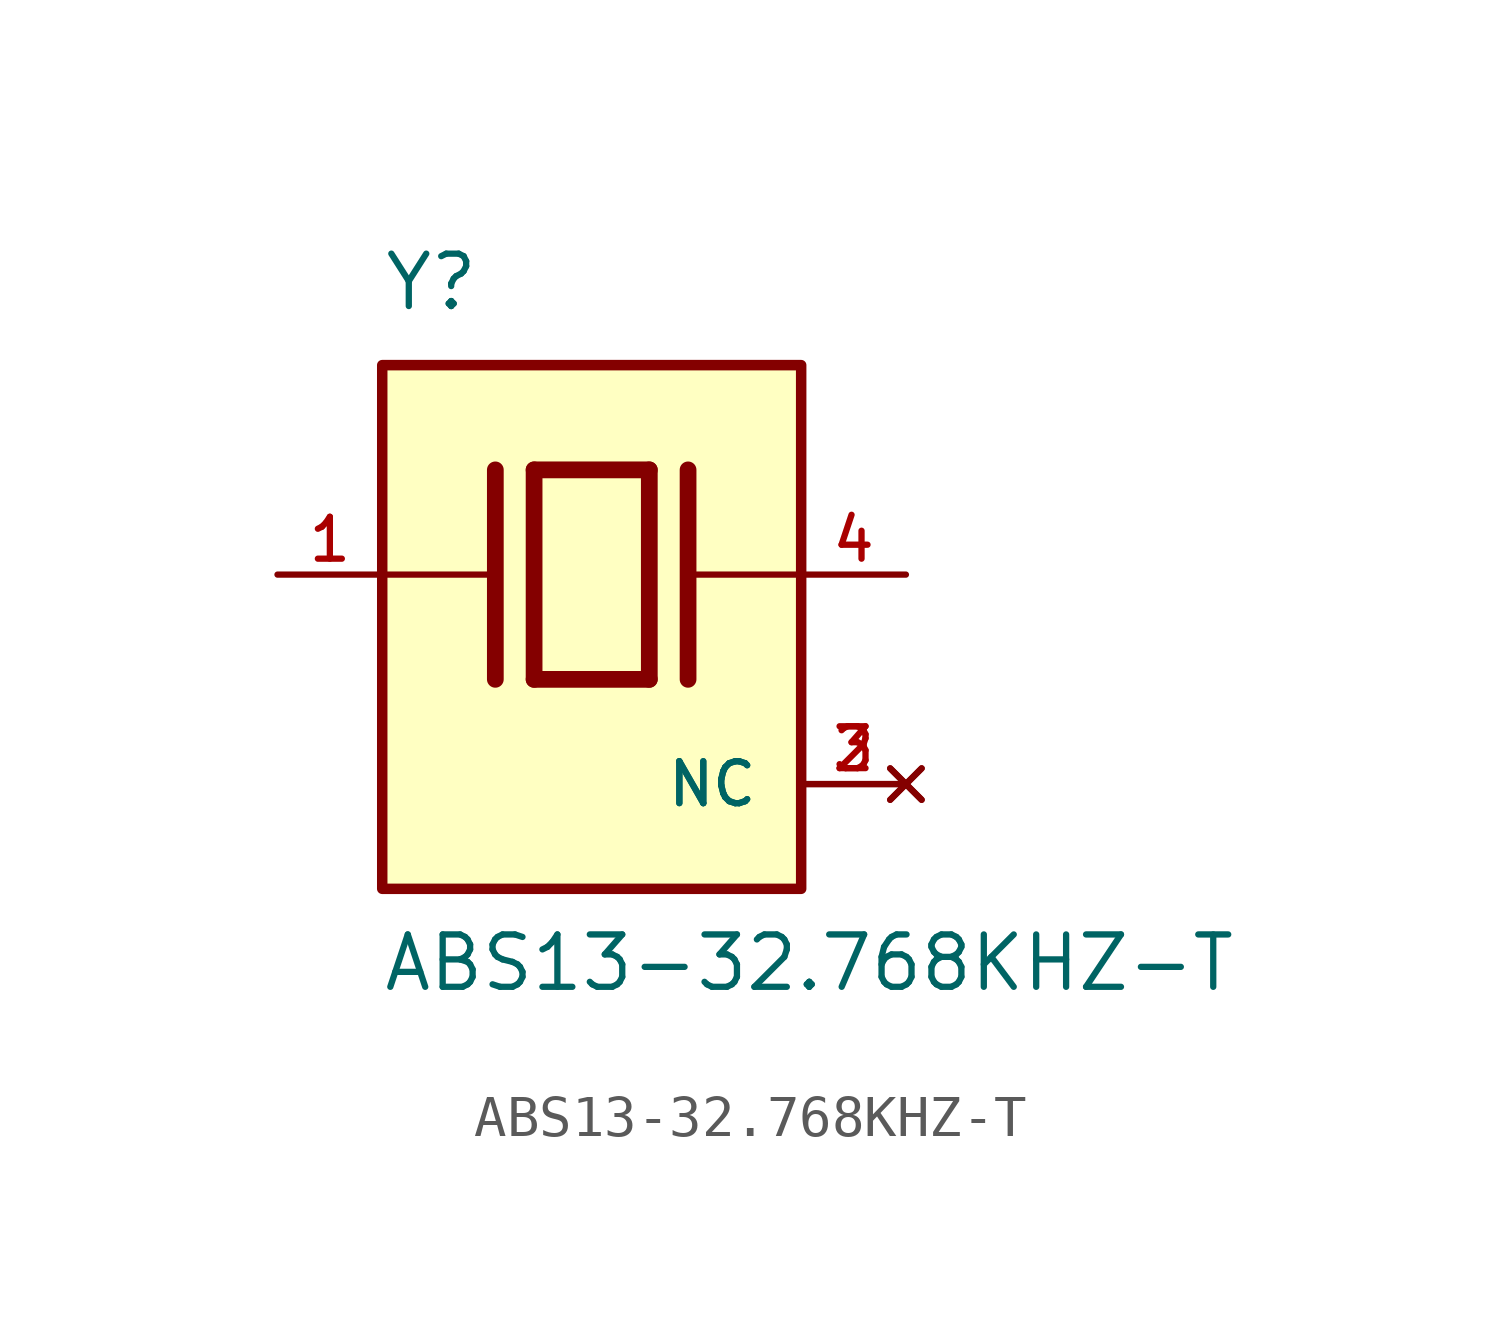
<source format=kicad_sym>
(kicad_symbol_lib
  (version 20220914)
  (generator kicad_symbol_editor)
  (symbol "ABS13-32.768KHZ-T"
    (pin_names
      (offset 1.016))
    (property "Reference" "Y"
      (at -5.08 6.35 0)
      (effects (font (size 1.27 1.27)) (justify left bottom)))
    (property "Value" "ABS13-32.768KHZ-T"
      (at -5.105 -10.16 0)
      (effects (font (size 1.27 1.27)) (justify left bottom)))
    (property "ki_locked" ""
      (at 0 0 0)
      (effects (font (size 1.27 1.27))))
    (symbol "ABS13-32.768KHZ-T_0_0"
      (rectangle (start -5.08 -7.62) (end 5.08 5.08) (stroke (width 0.254) (type solid)) (fill (type background)))
      (polyline (pts (xy -5.08 0) (xy -2.54 0)) (stroke (width 0.152) (type solid)) (fill (type none)))
      (polyline (pts (xy -2.337 2.54) (xy -2.337 -2.54)) (stroke (width 0.406) (type solid)) (fill (type none)))
      (polyline (pts (xy -1.397 2.54) (xy -1.397 -2.54)) (stroke (width 0.406) (type solid)) (fill (type none)))
      (polyline (pts (xy -1.397 2.54) (xy 1.397 2.54)) (stroke (width 0.406) (type solid)) (fill (type none)))
      (polyline (pts (xy 1.397 -2.54) (xy -1.397 -2.54)) (stroke (width 0.406) (type solid)) (fill (type none)))
      (polyline (pts (xy 1.397 2.54) (xy 1.397 -2.54)) (stroke (width 0.406) (type solid)) (fill (type none)))
      (polyline (pts (xy 2.337 2.54) (xy 2.337 -2.54)) (stroke (width 0.406) (type solid)) (fill (type none)))
      (polyline (pts (xy 2.54 0) (xy 5.08 0)) (stroke (width 0.152) (type solid)) (fill (type none)))
      (pin passive line (at -7.62 0 0) (length 2.54) (name "~" (effects (font (size 1.016 1.016)))) (number "1" (effects (font (size 1.016 1.016)))))
      (pin no_connect line (at 7.62 -5.08 180) (length 2.54) (name "NC" (effects (font (size 1.016 1.016)))) (number "2" (effects (font (size 1.016 1.016)))))
      (pin no_connect line (at 7.62 -5.08 180) (length 2.54) (name "NC" (effects (font (size 1.016 1.016)))) (number "3" (effects (font (size 1.016 1.016)))))
      (pin passive line (at 7.62 0 180) (length 2.54) (name "~" (effects (font (size 1.016 1.016)))) (number "4" (effects (font (size 1.016 1.016))))))))
</source>
